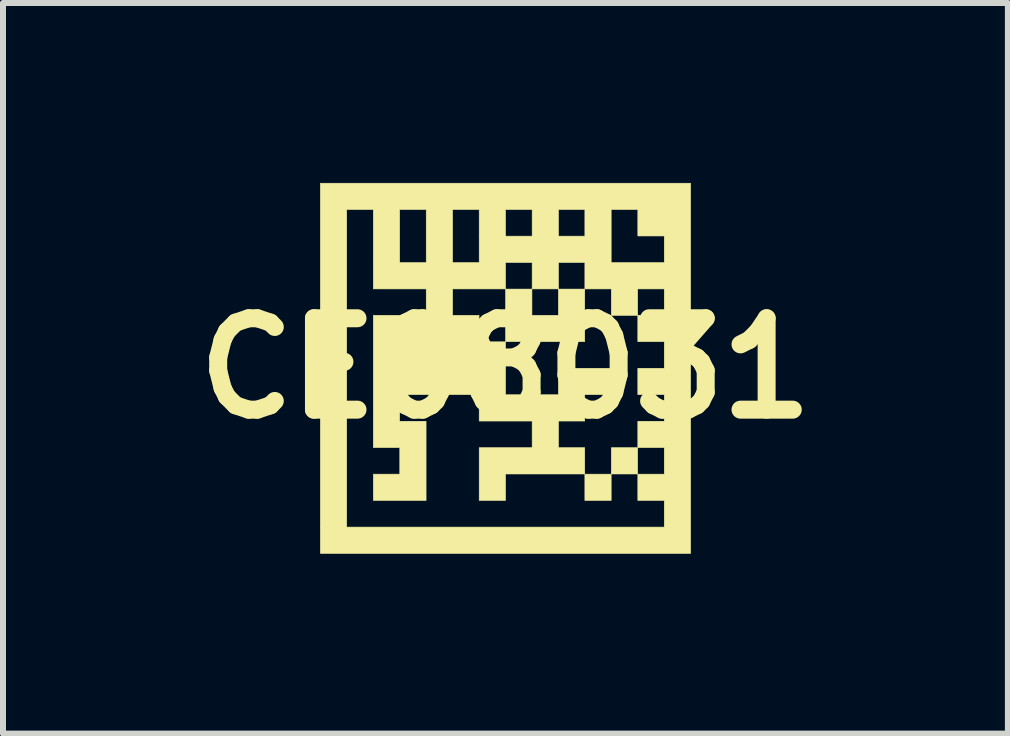
<source format=kicad_pcb>
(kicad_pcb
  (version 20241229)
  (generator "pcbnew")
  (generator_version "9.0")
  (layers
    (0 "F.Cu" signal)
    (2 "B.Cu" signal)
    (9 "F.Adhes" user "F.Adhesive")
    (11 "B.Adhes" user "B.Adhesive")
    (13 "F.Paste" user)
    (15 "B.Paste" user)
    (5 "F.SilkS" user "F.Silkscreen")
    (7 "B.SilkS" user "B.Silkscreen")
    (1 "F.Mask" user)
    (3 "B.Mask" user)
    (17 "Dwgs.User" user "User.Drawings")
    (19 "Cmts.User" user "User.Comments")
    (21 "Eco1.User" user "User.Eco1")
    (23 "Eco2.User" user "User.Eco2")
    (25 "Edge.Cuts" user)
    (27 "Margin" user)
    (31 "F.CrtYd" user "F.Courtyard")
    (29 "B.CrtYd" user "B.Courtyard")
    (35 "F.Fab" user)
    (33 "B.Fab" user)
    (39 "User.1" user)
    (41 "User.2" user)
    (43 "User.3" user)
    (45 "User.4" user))
  (footprint "CE08031"
    (layer "F.Cu")
    (at 5.378 3.091)
    (property "Reference" "CE08031" (at 0 0 0) (layer "F.SilkS") (effects (font (size 1.524 1.524) (thickness 0.3))))
    (attr through_hole)
    (fp_poly (pts (xy 1.762 2.203) (xy 1.324 2.203) (xy 1.324 1.765) (xy 1.762 1.765) (xy 1.762 2.203)) (stroke (width 0.01) (type solid)) (fill yes) (layer "F.SilkS"))
    (fp_poly (pts (xy 2.203 1.762) (xy 1.765 1.762) (xy 1.765 1.324) (xy 2.203 1.324) (xy 2.203 1.762)) (stroke (width 0.01) (type solid)) (fill yes) (layer "F.SilkS"))
    (fp_poly (pts (xy 0.441 -0.883) (xy 0.883 -0.883) (xy 0.883 -1.321) (xy 1.321 -1.321) (xy 1.321 -0.445) (xy 0.003 -0.445) (xy 0.003 -1.321) (xy 0.441 -1.321) (xy 0.441 -0.883)) (stroke (width 0.01) (type solid)) (fill yes) (layer "F.SilkS"))
    (fp_poly (pts (xy 3.086 3.086) (xy -3.086 3.086) (xy -3.086 -2.648) (xy -2.648 -2.648) (xy -2.648 2.648) (xy 2.648 2.648) (xy 2.648 2.203) (xy 2.207 2.203) (xy 2.207 1.765) (xy 2.648 1.765) (xy 2.648 1.321) (xy 2.207 1.321) (xy 2.207 0.883) (xy 2.648 0.883) (xy 2.648 0.438) (xy 2.207 0.438) (xy 2.207 0) (xy 2.648 0) (xy 2.648 -0.445) (xy 2.207 -0.445) (xy 2.207 -0.883) (xy 2.648 -0.883) (xy 2.648 -1.324) (xy 2.203 -1.324) (xy 2.203 -0.883) (xy 1.765 -0.883) (xy 1.765 -1.324) (xy 1.324 -1.324) (xy 1.324 -1.765) (xy 0.883 -1.765) (xy 0.883 -1.324) (xy 0.445 -1.324) (xy 0.445 -1.765) (xy 0 -1.765) (xy 0 -1.324) (xy -0.883 -1.324) (xy -0.883 -0.883) (xy -0.441 -0.883) (xy -0.441 -0.441) (xy 0 -0.441) (xy 0 0.441) (xy 0.883 0.441) (xy 0.883 0) (xy 1.762 0) (xy 1.762 0.438) (xy 1.321 0.438) (xy 1.321 0.879) (xy 0.883 0.879) (xy 0.883 1.324) (xy 1.321 1.324) (xy 1.321 1.762) (xy 0 1.762) (xy 0 2.203) (xy -0.438 2.203) (xy -0.438 1.324) (xy 0.445 1.324) (xy 0.445 0.879) (xy -0.438 0.879) (xy -0.438 0.438) (xy -1.765 0.438) (xy -1.765 0.883) (xy -1.324 0.883) (xy -1.324 2.203) (xy -2.203 2.203) (xy -2.203 1.765) (xy -1.762 1.765) (xy -1.762 1.321) (xy -2.203 1.321) (xy -2.203 -0.883) (xy -1.321 -0.883) (xy -1.321 -1.324) (xy -2.203 -1.324) (xy -2.203 -2.648) (xy -1.765 -2.648) (xy -1.765 -1.762) (xy -1.321 -1.762) (xy -1.321 -2.648) (xy -0.883 -2.648) (xy -0.883 -1.762) (xy -0.438 -1.762) (xy -0.438 -2.648) (xy 0 -2.648) (xy 0 -2.203) (xy 0.445 -2.203) (xy 0.445 -2.648) (xy 0.883 -2.648) (xy 0.883 -2.203) (xy 1.324 -2.203) (xy 1.324 -2.648) (xy 1.762 -2.648) (xy 1.762 -1.762) (xy 2.648 -1.762) (xy 2.648 -2.207) (xy 2.207 -2.207) (xy 2.207 -2.648) (xy 1.762 -2.648) (xy 1.324 -2.648) (xy 0.883 -2.648) (xy 0.445 -2.648) (xy 0 -2.648) (xy -0.438 -2.648) (xy -0.883 -2.648) (xy -1.321 -2.648) (xy -1.765 -2.648) (xy -2.203 -2.648) (xy -2.648 -2.648) (xy -3.086 -2.648) (xy -3.086 -3.086) (xy 3.086 -3.086) (xy 3.086 3.086)) (stroke (width 0.01) (type solid)) (fill yes) (layer "F.SilkS")))
  (gr_rect
    (start -3 -3)
    (end 13.755 9.182)
    (stroke (width 0.1) (type default))
    (fill no)
    (layer "Edge.Cuts")))
</source>
